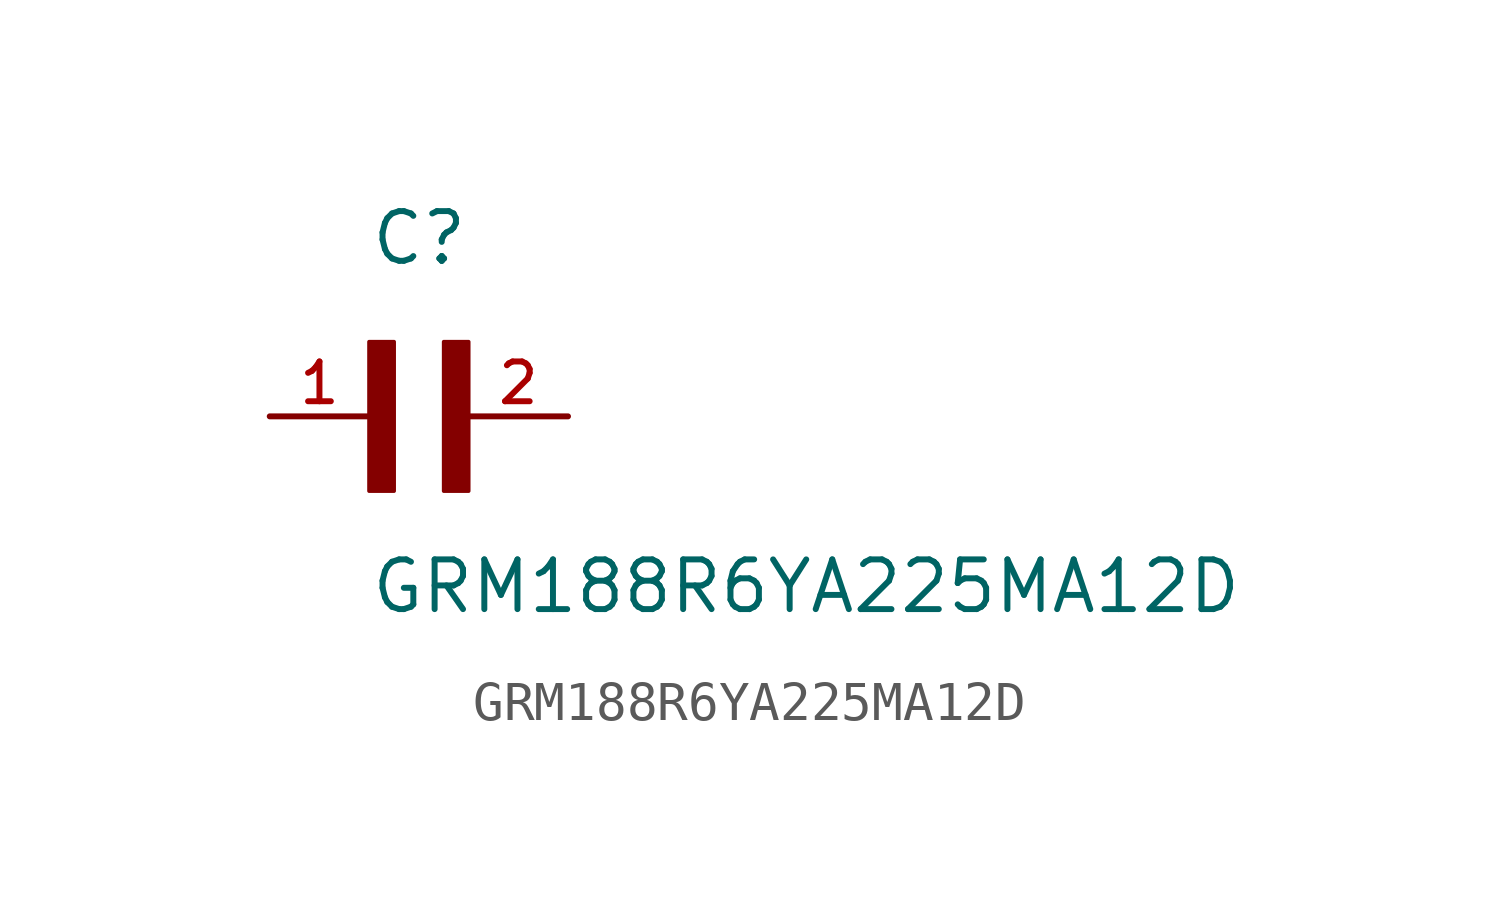
<source format=kicad_sym>
(kicad_symbol_lib
  (version 20211014)
  (generator kicad_symbol_editor)
  (symbol "GRM188R6YA225MA12D"
    (pin_names
      (offset 1.016))
    (property "Reference" "C"
      (at 0.0 3.811 0)
      (effects (font (size 1.27 1.27)) (justify bottom left)))
    (property "Value" "GRM188R6YA225MA12D"
      (at 0.0 -5.088 0)
      (effects (font (size 1.27 1.27)) (justify bottom left)))
    (symbol "GRM188R6YA225MA12D_0_0"
      (rectangle (start 0.0 -1.907) (end 0.635 1.905) (stroke (width 0.1)) (fill (type outline)))
      (rectangle (start 1.907 -1.907) (end 2.54 1.905) (stroke (width 0.1)) (fill (type outline)))
      (pin passive line (at 5.08 0.0 180.0) (length 2.54) (name "~" (effects (font (size 1.016 1.016)))) (number "2" (effects (font (size 1.016 1.016)))))
      (pin passive line (at -2.54 0.0 0) (length 2.54) (name "~" (effects (font (size 1.016 1.016)))) (number "1" (effects (font (size 1.016 1.016))))))))
</source>
